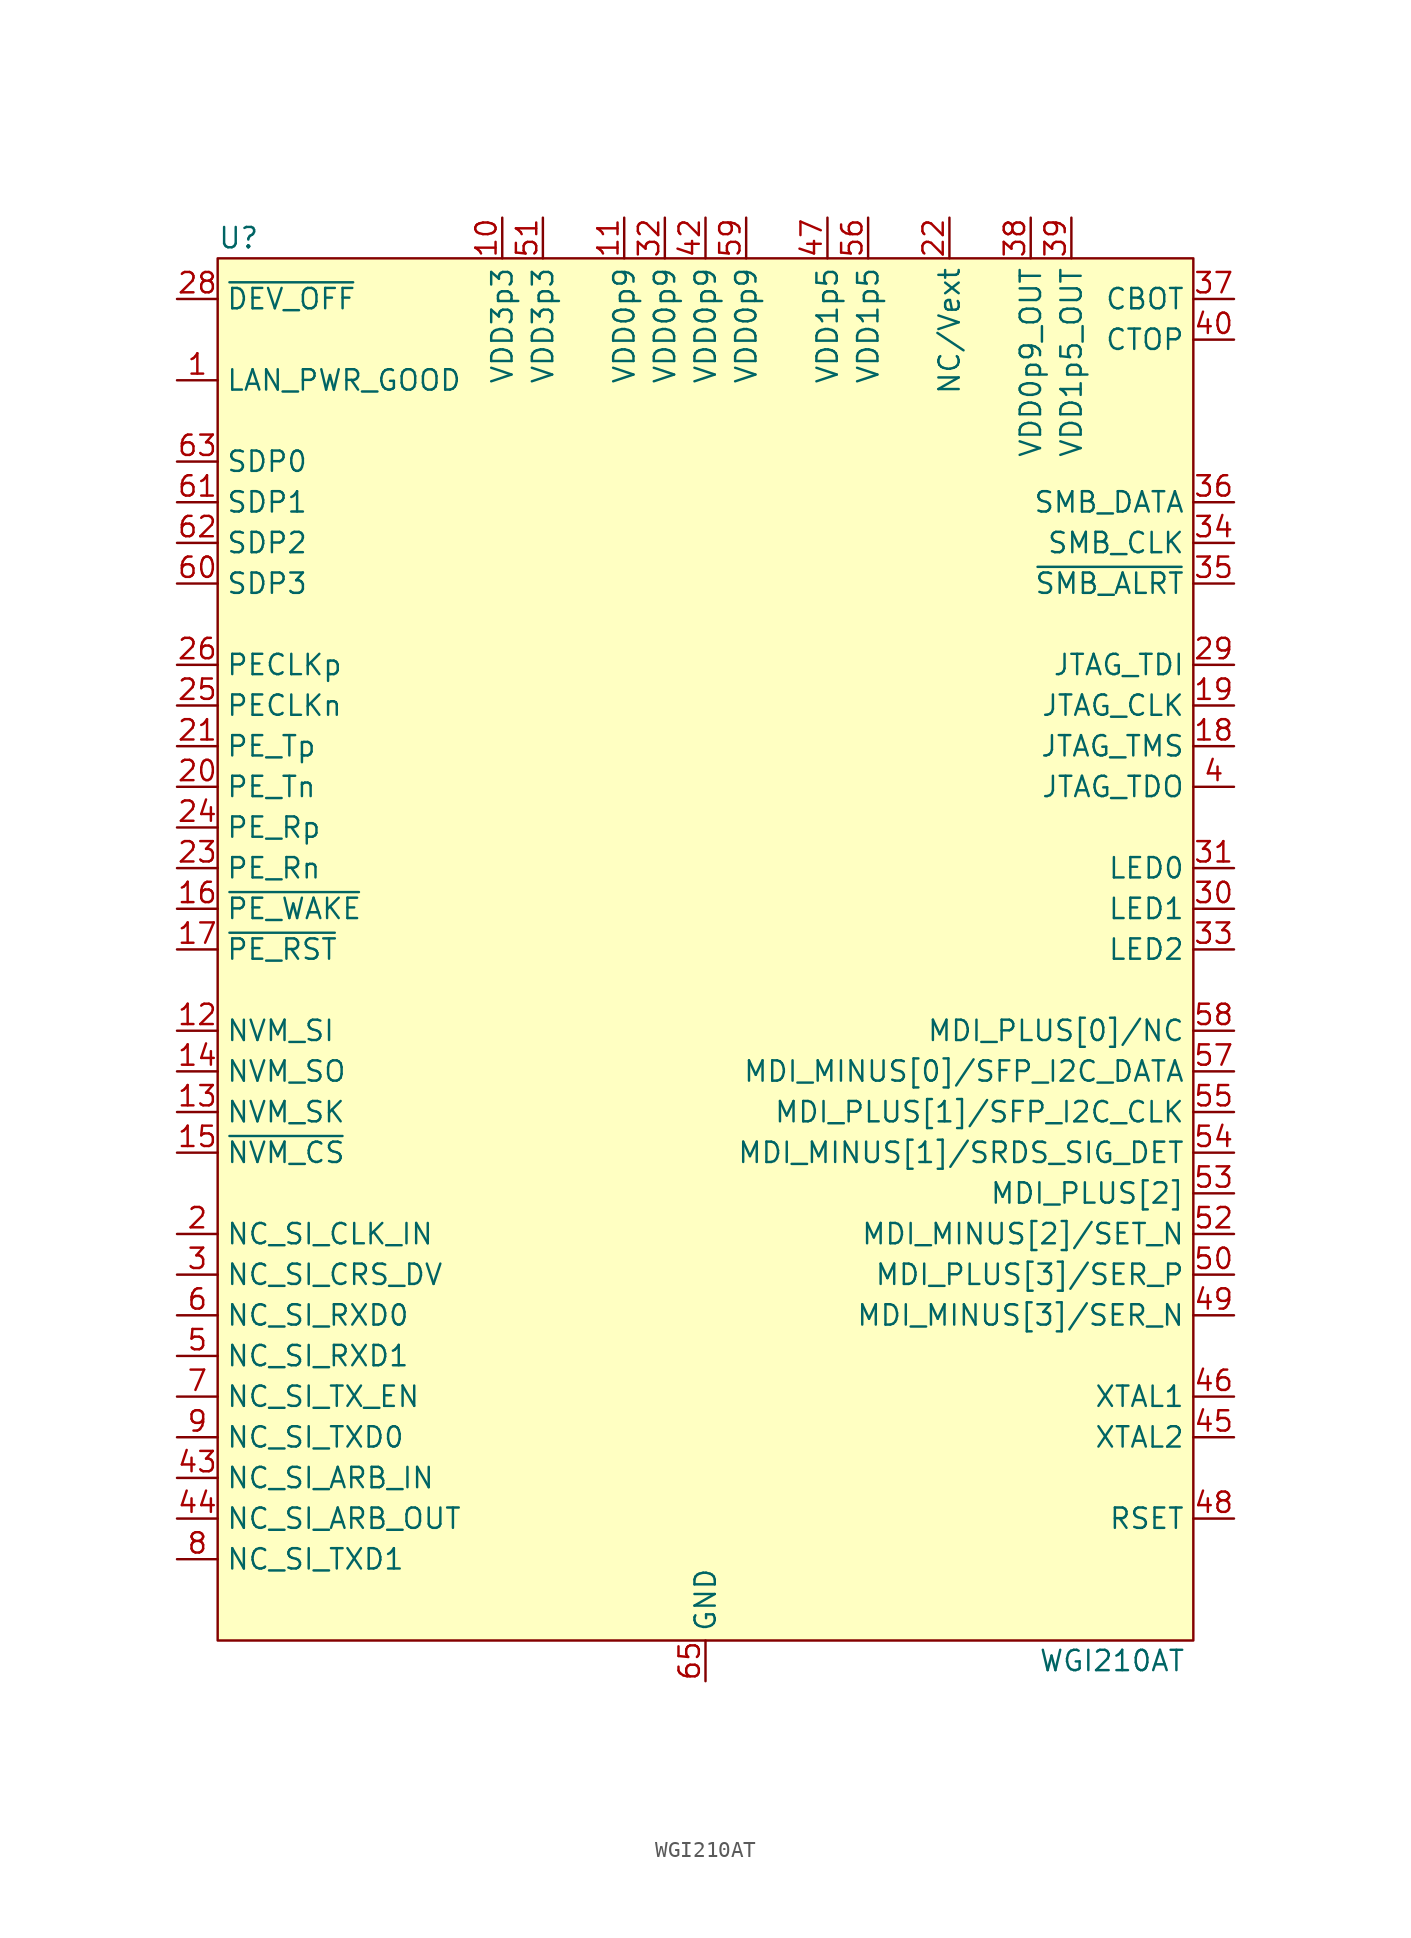
<source format=kicad_sym>
(kicad_symbol_lib
  (version 20201005)
  (generator kicad_symbol_editor)
  (symbol "Interface_Ethernet:WGI210AT"
    (property "Reference" "U"
      (at -30.48 44.45 0)
      (effects (font (size 1.27 1.27)) (justify left)))
    (property "Value" "WGI210AT"
      (at 25.4 -44.45 0)
      (effects (font (size 1.27 1.27))))
    (symbol "WGI210AT_0_1"
      (rectangle (start -30.48 43.18) (end 30.48 -43.18) (stroke (width 0)) (fill (type background)))
      (pin input line (at -33.02 35.56 0) (length 2.54) (name "LAN_PWR_GOOD" (effects (font (size 1.27 1.27)))) (number "1" (effects (font (size 1.27 1.27)))))
      (pin power_in line (at -12.7 45.72 270) (length 2.54) (name "VDD3p3" (effects (font (size 1.27 1.27)))) (number "10" (effects (font (size 1.27 1.27)))))
      (pin power_in line (at -5.08 45.72 270) (length 2.54) (name "VDD0p9" (effects (font (size 1.27 1.27)))) (number "11" (effects (font (size 1.27 1.27)))))
      (pin output line (at -33.02 -5.08 0) (length 2.54) (name "NVM_SI" (effects (font (size 1.27 1.27)))) (number "12" (effects (font (size 1.27 1.27)))))
      (pin output line (at -33.02 -10.16 0) (length 2.54) (name "NVM_SK" (effects (font (size 1.27 1.27)))) (number "13" (effects (font (size 1.27 1.27)))))
      (pin input line (at -33.02 -7.62 0) (length 2.54) (name "NVM_SO" (effects (font (size 1.27 1.27)))) (number "14" (effects (font (size 1.27 1.27)))))
      (pin output line (at -33.02 -12.7 0) (length 2.54) (name "~NVM_CS" (effects (font (size 1.27 1.27)))) (number "15" (effects (font (size 1.27 1.27)))))
      (pin bidirectional line (at -33.02 2.54 0) (length 2.54) (name "~PE_WAKE" (effects (font (size 1.27 1.27)))) (number "16" (effects (font (size 1.27 1.27)))))
      (pin input line (at -33.02 0 0) (length 2.54) (name "~PE_RST" (effects (font (size 1.27 1.27)))) (number "17" (effects (font (size 1.27 1.27)))))
      (pin input line (at 33.02 12.7 180) (length 2.54) (name "JTAG_TMS" (effects (font (size 1.27 1.27)))) (number "18" (effects (font (size 1.27 1.27)))))
      (pin input line (at 33.02 15.24 180) (length 2.54) (name "JTAG_CLK" (effects (font (size 1.27 1.27)))) (number "19" (effects (font (size 1.27 1.27)))))
      (pin input line (at -33.02 -17.78 0) (length 2.54) (name "NC_SI_CLK_IN" (effects (font (size 1.27 1.27)))) (number "2" (effects (font (size 1.27 1.27)))))
      (pin output line (at -33.02 10.16 0) (length 2.54) (name "PE_Tn" (effects (font (size 1.27 1.27)))) (number "20" (effects (font (size 1.27 1.27)))))
      (pin output line (at -33.02 12.7 0) (length 2.54) (name "PE_Tp" (effects (font (size 1.27 1.27)))) (number "21" (effects (font (size 1.27 1.27)))))
      (pin power_in line (at 15.24 45.72 270) (length 2.54) (name "NC/Vext" (effects (font (size 1.27 1.27)))) (number "22" (effects (font (size 1.27 1.27)))))
      (pin input line (at -33.02 5.08 0) (length 2.54) (name "PE_Rn" (effects (font (size 1.27 1.27)))) (number "23" (effects (font (size 1.27 1.27)))))
      (pin input line (at -33.02 7.62 0) (length 2.54) (name "PE_Rp" (effects (font (size 1.27 1.27)))) (number "24" (effects (font (size 1.27 1.27)))))
      (pin input line (at -33.02 15.24 0) (length 2.54) (name "PECLKn" (effects (font (size 1.27 1.27)))) (number "25" (effects (font (size 1.27 1.27)))))
      (pin input line (at -33.02 17.78 0) (length 2.54) (name "PECLKp" (effects (font (size 1.27 1.27)))) (number "26" (effects (font (size 1.27 1.27)))))
      (pin power_in line (at -12.7 45.72 270) (length 2.54) hide (name "VDD3p3" (effects (font (size 1.27 1.27)))) (number "27" (effects (font (size 1.27 1.27)))))
      (pin input line (at -33.02 40.64 0) (length 2.54) (name "~DEV_OFF" (effects (font (size 1.27 1.27)))) (number "28" (effects (font (size 1.27 1.27)))))
      (pin input line (at 33.02 17.78 180) (length 2.54) (name "JTAG_TDI" (effects (font (size 1.27 1.27)))) (number "29" (effects (font (size 1.27 1.27)))))
      (pin output line (at -33.02 -20.32 0) (length 2.54) (name "NC_SI_CRS_DV" (effects (font (size 1.27 1.27)))) (number "3" (effects (font (size 1.27 1.27)))))
      (pin output line (at 33.02 2.54 180) (length 2.54) (name "LED1" (effects (font (size 1.27 1.27)))) (number "30" (effects (font (size 1.27 1.27)))))
      (pin output line (at 33.02 5.08 180) (length 2.54) (name "LED0" (effects (font (size 1.27 1.27)))) (number "31" (effects (font (size 1.27 1.27)))))
      (pin power_in line (at -2.54 45.72 270) (length 2.54) (name "VDD0p9" (effects (font (size 1.27 1.27)))) (number "32" (effects (font (size 1.27 1.27)))))
      (pin output line (at 33.02 0 180) (length 2.54) (name "LED2" (effects (font (size 1.27 1.27)))) (number "33" (effects (font (size 1.27 1.27)))))
      (pin bidirectional line (at 33.02 25.4 180) (length 2.54) (name "SMB_CLK" (effects (font (size 1.27 1.27)))) (number "34" (effects (font (size 1.27 1.27)))))
      (pin output line (at 33.02 22.86 180) (length 2.54) (name "~SMB_ALRT" (effects (font (size 1.27 1.27)))) (number "35" (effects (font (size 1.27 1.27)))))
      (pin bidirectional line (at 33.02 27.94 180) (length 2.54) (name "SMB_DATA" (effects (font (size 1.27 1.27)))) (number "36" (effects (font (size 1.27 1.27)))))
      (pin passive line (at 33.02 40.64 180) (length 2.54) (name "CBOT" (effects (font (size 1.27 1.27)))) (number "37" (effects (font (size 1.27 1.27)))))
      (pin power_out line (at 20.32 45.72 270) (length 2.54) (name "VDD0p9_OUT" (effects (font (size 1.27 1.27)))) (number "38" (effects (font (size 1.27 1.27)))))
      (pin power_out line (at 22.86 45.72 270) (length 2.54) (name "VDD1p5_OUT" (effects (font (size 1.27 1.27)))) (number "39" (effects (font (size 1.27 1.27)))))
      (pin output line (at 33.02 10.16 180) (length 2.54) (name "JTAG_TDO" (effects (font (size 1.27 1.27)))) (number "4" (effects (font (size 1.27 1.27)))))
      (pin passive line (at 33.02 38.1 180) (length 2.54) (name "CTOP" (effects (font (size 1.27 1.27)))) (number "40" (effects (font (size 1.27 1.27)))))
      (pin power_in line (at -12.7 45.72 270) (length 2.54) hide (name "VDD3p3" (effects (font (size 1.27 1.27)))) (number "41" (effects (font (size 1.27 1.27)))))
      (pin power_in line (at 0 45.72 270) (length 2.54) (name "VDD0p9" (effects (font (size 1.27 1.27)))) (number "42" (effects (font (size 1.27 1.27)))))
      (pin input line (at -33.02 -33.02 0) (length 2.54) (name "NC_SI_ARB_IN" (effects (font (size 1.27 1.27)))) (number "43" (effects (font (size 1.27 1.27)))))
      (pin output line (at -33.02 -35.56 0) (length 2.54) (name "NC_SI_ARB_OUT" (effects (font (size 1.27 1.27)))) (number "44" (effects (font (size 1.27 1.27)))))
      (pin output line (at 33.02 -30.48 180) (length 2.54) (name "XTAL2" (effects (font (size 1.27 1.27)))) (number "45" (effects (font (size 1.27 1.27)))))
      (pin input line (at 33.02 -27.94 180) (length 2.54) (name "XTAL1" (effects (font (size 1.27 1.27)))) (number "46" (effects (font (size 1.27 1.27)))))
      (pin power_in line (at 7.62 45.72 270) (length 2.54) (name "VDD1p5" (effects (font (size 1.27 1.27)))) (number "47" (effects (font (size 1.27 1.27)))))
      (pin passive line (at 33.02 -35.56 180) (length 2.54) (name "RSET" (effects (font (size 1.27 1.27)))) (number "48" (effects (font (size 1.27 1.27)))))
      (pin bidirectional line (at 33.02 -22.86 180) (length 2.54) (name "MDI_MINUS[3]/SER_N" (effects (font (size 1.27 1.27)))) (number "49" (effects (font (size 1.27 1.27)))))
      (pin output line (at -33.02 -25.4 0) (length 2.54) (name "NC_SI_RXD1" (effects (font (size 1.27 1.27)))) (number "5" (effects (font (size 1.27 1.27)))))
      (pin bidirectional line (at 33.02 -20.32 180) (length 2.54) (name "MDI_PLUS[3]/SER_P" (effects (font (size 1.27 1.27)))) (number "50" (effects (font (size 1.27 1.27)))))
      (pin power_in line (at -10.16 45.72 270) (length 2.54) (name "VDD3p3" (effects (font (size 1.27 1.27)))) (number "51" (effects (font (size 1.27 1.27)))))
      (pin bidirectional line (at 33.02 -17.78 180) (length 2.54) (name "MDI_MINUS[2]/SET_N" (effects (font (size 1.27 1.27)))) (number "52" (effects (font (size 1.27 1.27)))))
      (pin bidirectional line (at 33.02 -15.24 180) (length 2.54) (name "MDI_PLUS[2]" (effects (font (size 1.27 1.27)))) (number "53" (effects (font (size 1.27 1.27)))))
      (pin bidirectional line (at 33.02 -12.7 180) (length 2.54) (name "MDI_MINUS[1]/SRDS_SIG_DET" (effects (font (size 1.27 1.27)))) (number "54" (effects (font (size 1.27 1.27)))))
      (pin bidirectional line (at 33.02 -10.16 180) (length 2.54) (name "MDI_PLUS[1]/SFP_I2C_CLK" (effects (font (size 1.27 1.27)))) (number "55" (effects (font (size 1.27 1.27)))))
      (pin power_in line (at 10.16 45.72 270) (length 2.54) (name "VDD1p5" (effects (font (size 1.27 1.27)))) (number "56" (effects (font (size 1.27 1.27)))))
      (pin bidirectional line (at 33.02 -7.62 180) (length 2.54) (name "MDI_MINUS[0]/SFP_I2C_DATA" (effects (font (size 1.27 1.27)))) (number "57" (effects (font (size 1.27 1.27)))))
      (pin bidirectional line (at 33.02 -5.08 180) (length 2.54) (name "MDI_PLUS[0]/NC" (effects (font (size 1.27 1.27)))) (number "58" (effects (font (size 1.27 1.27)))))
      (pin power_in line (at 2.54 45.72 270) (length 2.54) (name "VDD0p9" (effects (font (size 1.27 1.27)))) (number "59" (effects (font (size 1.27 1.27)))))
      (pin output line (at -33.02 -22.86 0) (length 2.54) (name "NC_SI_RXD0" (effects (font (size 1.27 1.27)))) (number "6" (effects (font (size 1.27 1.27)))))
      (pin bidirectional line (at -33.02 22.86 0) (length 2.54) (name "SDP3" (effects (font (size 1.27 1.27)))) (number "60" (effects (font (size 1.27 1.27)))))
      (pin bidirectional line (at -33.02 27.94 0) (length 2.54) (name "SDP1" (effects (font (size 1.27 1.27)))) (number "61" (effects (font (size 1.27 1.27)))))
      (pin bidirectional line (at -33.02 25.4 0) (length 2.54) (name "SDP2" (effects (font (size 1.27 1.27)))) (number "62" (effects (font (size 1.27 1.27)))))
      (pin bidirectional line (at -33.02 30.48 0) (length 2.54) (name "SDP0" (effects (font (size 1.27 1.27)))) (number "63" (effects (font (size 1.27 1.27)))))
      (pin power_in line (at -12.7 45.72 270) (length 2.54) hide (name "VDD3p3" (effects (font (size 1.27 1.27)))) (number "64" (effects (font (size 1.27 1.27)))))
      (pin power_in line (at 0 -45.72 90) (length 2.54) (name "GND" (effects (font (size 1.27 1.27)))) (number "65" (effects (font (size 1.27 1.27)))))
      (pin input line (at -33.02 -27.94 0) (length 2.54) (name "NC_SI_TX_EN" (effects (font (size 1.27 1.27)))) (number "7" (effects (font (size 1.27 1.27)))))
      (pin input line (at -33.02 -38.1 0) (length 2.54) (name "NC_SI_TXD1" (effects (font (size 1.27 1.27)))) (number "8" (effects (font (size 1.27 1.27)))))
      (pin input line (at -33.02 -30.48 0) (length 2.54) (name "NC_SI_TXD0" (effects (font (size 1.27 1.27)))) (number "9" (effects (font (size 1.27 1.27))))))))
</source>
